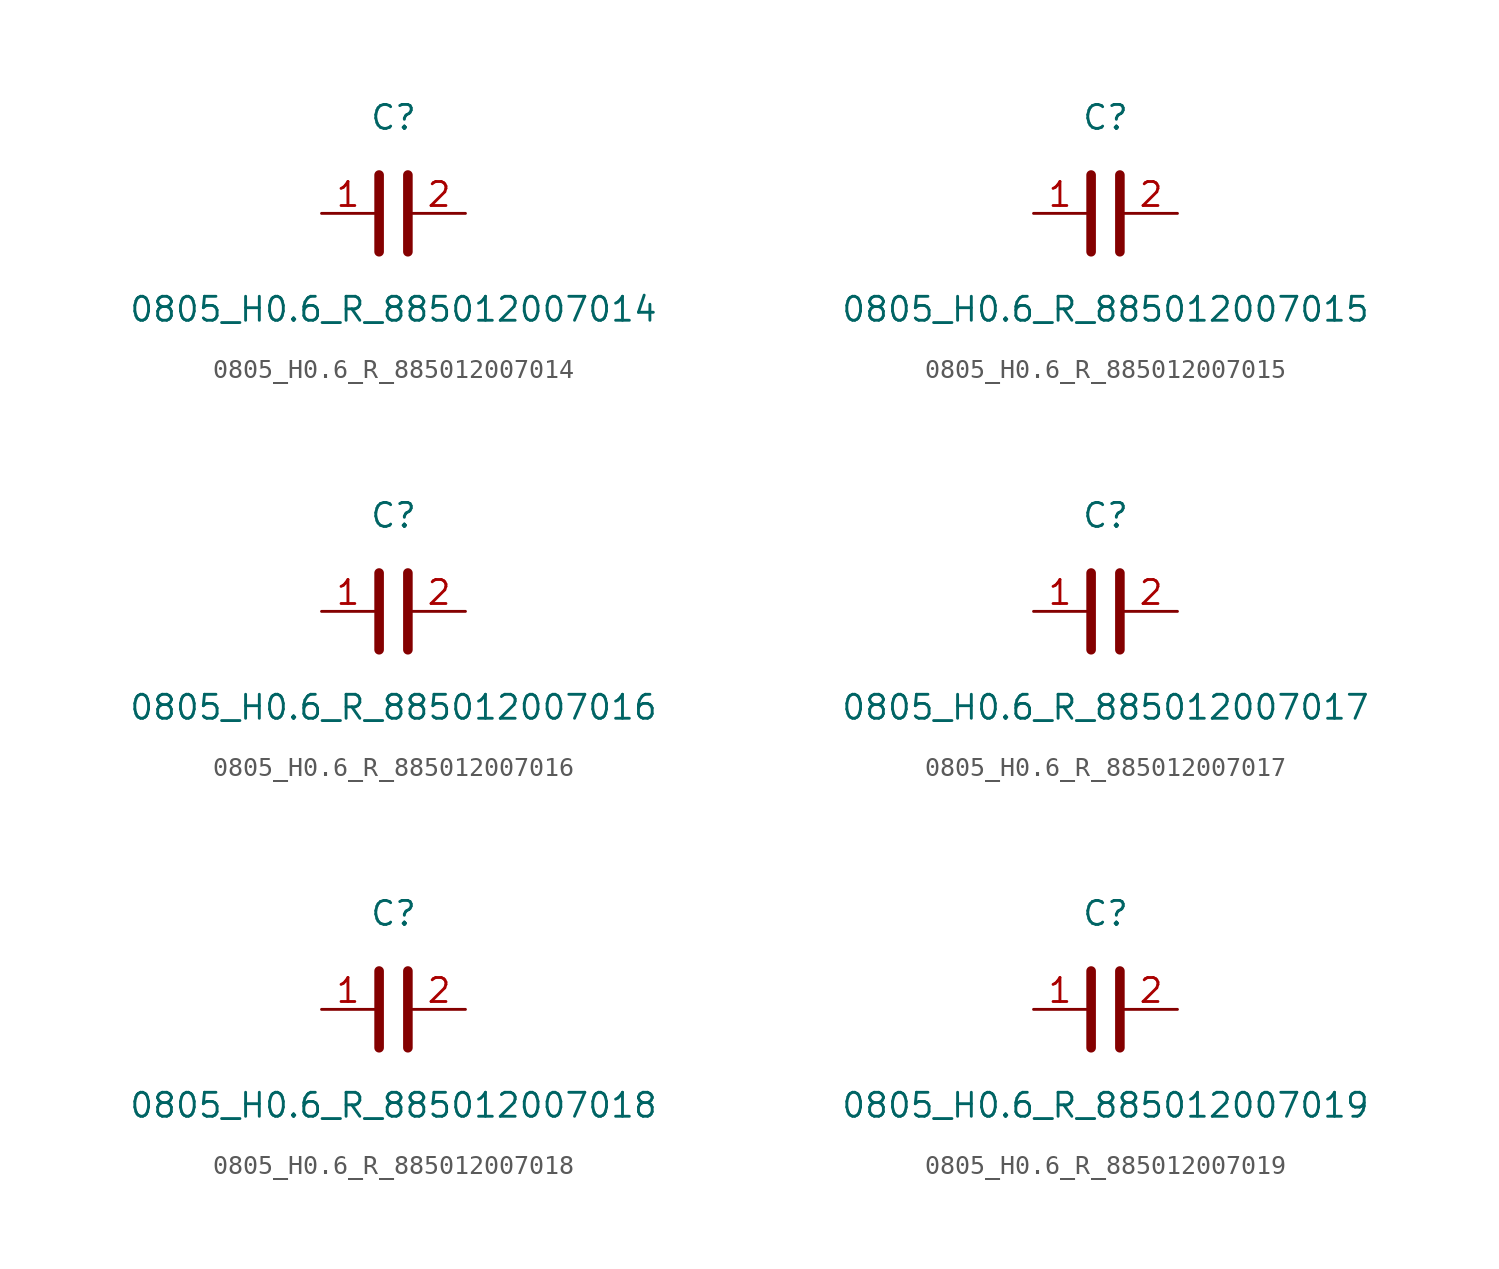
<source format=kicad_sym>
(kicad_symbol_lib
  (version 20220914)
  (generator kicad_symbol_editor)
  (symbol "0805_H0.6_R_885012007014"
    (pin_names hide)
    (property "Reference" "C"
      (at 0 5.08 0)
      (effects (font (size 1.27 1.27))))
    (property "Value" "0805_H0.6_R_885012007014"
      (at 0 -5.08 0)
      (effects (font (size 1.27 1.27))))
    (symbol "0805_H0.6_R_885012007014_0_1"
      (polyline (pts (xy -0.762 -2.032) (xy -0.762 2.032)) (stroke (width 0.508) (type default)) (fill (type none)))
      (polyline (pts (xy 0.762 -2.032) (xy 0.762 2.032)) (stroke (width 0.508) (type default)) (fill (type none))))
    (symbol "0805_H0.6_R_885012007014_1_1"
      (pin passive line (at -3.81 0 0) (length 2.794) (name "1" (effects (font (size 1.27 1.27)))) (number "1" (effects (font (size 1.27 1.27)))))
      (pin passive line (at 3.81 0 180) (length 2.794) (name "2" (effects (font (size 1.27 1.27)))) (number "2" (effects (font (size 1.27 1.27)))))))
  (symbol "0805_H0.6_R_885012007015"
    (pin_names hide)
    (property "Reference" "C"
      (at 0 5.08 0)
      (effects (font (size 1.27 1.27))))
    (property "Value" "0805_H0.6_R_885012007015"
      (at 0 -5.08 0)
      (effects (font (size 1.27 1.27))))
    (symbol "0805_H0.6_R_885012007015_0_1"
      (polyline (pts (xy -0.762 -2.032) (xy -0.762 2.032)) (stroke (width 0.508) (type default)) (fill (type none)))
      (polyline (pts (xy 0.762 -2.032) (xy 0.762 2.032)) (stroke (width 0.508) (type default)) (fill (type none))))
    (symbol "0805_H0.6_R_885012007015_1_1"
      (pin passive line (at -3.81 0 0) (length 2.794) (name "1" (effects (font (size 1.27 1.27)))) (number "1" (effects (font (size 1.27 1.27)))))
      (pin passive line (at 3.81 0 180) (length 2.794) (name "2" (effects (font (size 1.27 1.27)))) (number "2" (effects (font (size 1.27 1.27)))))))
  (symbol "0805_H0.6_R_885012007016"
    (pin_names hide)
    (property "Reference" "C"
      (at 0 5.08 0)
      (effects (font (size 1.27 1.27))))
    (property "Value" "0805_H0.6_R_885012007016"
      (at 0 -5.08 0)
      (effects (font (size 1.27 1.27))))
    (symbol "0805_H0.6_R_885012007016_0_1"
      (polyline (pts (xy -0.762 -2.032) (xy -0.762 2.032)) (stroke (width 0.508) (type default)) (fill (type none)))
      (polyline (pts (xy 0.762 -2.032) (xy 0.762 2.032)) (stroke (width 0.508) (type default)) (fill (type none))))
    (symbol "0805_H0.6_R_885012007016_1_1"
      (pin passive line (at -3.81 0 0) (length 2.794) (name "1" (effects (font (size 1.27 1.27)))) (number "1" (effects (font (size 1.27 1.27)))))
      (pin passive line (at 3.81 0 180) (length 2.794) (name "2" (effects (font (size 1.27 1.27)))) (number "2" (effects (font (size 1.27 1.27)))))))
  (symbol "0805_H0.6_R_885012007017"
    (pin_names hide)
    (property "Reference" "C"
      (at 0 5.08 0)
      (effects (font (size 1.27 1.27))))
    (property "Value" "0805_H0.6_R_885012007017"
      (at 0 -5.08 0)
      (effects (font (size 1.27 1.27))))
    (symbol "0805_H0.6_R_885012007017_0_1"
      (polyline (pts (xy -0.762 -2.032) (xy -0.762 2.032)) (stroke (width 0.508) (type default)) (fill (type none)))
      (polyline (pts (xy 0.762 -2.032) (xy 0.762 2.032)) (stroke (width 0.508) (type default)) (fill (type none))))
    (symbol "0805_H0.6_R_885012007017_1_1"
      (pin passive line (at -3.81 0 0) (length 2.794) (name "1" (effects (font (size 1.27 1.27)))) (number "1" (effects (font (size 1.27 1.27)))))
      (pin passive line (at 3.81 0 180) (length 2.794) (name "2" (effects (font (size 1.27 1.27)))) (number "2" (effects (font (size 1.27 1.27)))))))
  (symbol "0805_H0.6_R_885012007018"
    (pin_names hide)
    (property "Reference" "C"
      (at 0 5.08 0)
      (effects (font (size 1.27 1.27))))
    (property "Value" "0805_H0.6_R_885012007018"
      (at 0 -5.08 0)
      (effects (font (size 1.27 1.27))))
    (symbol "0805_H0.6_R_885012007018_0_1"
      (polyline (pts (xy -0.762 -2.032) (xy -0.762 2.032)) (stroke (width 0.508) (type default)) (fill (type none)))
      (polyline (pts (xy 0.762 -2.032) (xy 0.762 2.032)) (stroke (width 0.508) (type default)) (fill (type none))))
    (symbol "0805_H0.6_R_885012007018_1_1"
      (pin passive line (at -3.81 0 0) (length 2.794) (name "1" (effects (font (size 1.27 1.27)))) (number "1" (effects (font (size 1.27 1.27)))))
      (pin passive line (at 3.81 0 180) (length 2.794) (name "2" (effects (font (size 1.27 1.27)))) (number "2" (effects (font (size 1.27 1.27)))))))
  (symbol "0805_H0.6_R_885012007019"
    (pin_names hide)
    (property "Reference" "C"
      (at 0 5.08 0)
      (effects (font (size 1.27 1.27))))
    (property "Value" "0805_H0.6_R_885012007019"
      (at 0 -5.08 0)
      (effects (font (size 1.27 1.27))))
    (symbol "0805_H0.6_R_885012007019_0_1"
      (polyline (pts (xy -0.762 -2.032) (xy -0.762 2.032)) (stroke (width 0.508) (type default)) (fill (type none)))
      (polyline (pts (xy 0.762 -2.032) (xy 0.762 2.032)) (stroke (width 0.508) (type default)) (fill (type none))))
    (symbol "0805_H0.6_R_885012007019_1_1"
      (pin passive line (at -3.81 0 0) (length 2.794) (name "1" (effects (font (size 1.27 1.27)))) (number "1" (effects (font (size 1.27 1.27)))))
      (pin passive line (at 3.81 0 180) (length 2.794) (name "2" (effects (font (size 1.27 1.27)))) (number "2" (effects (font (size 1.27 1.27))))))))
</source>
